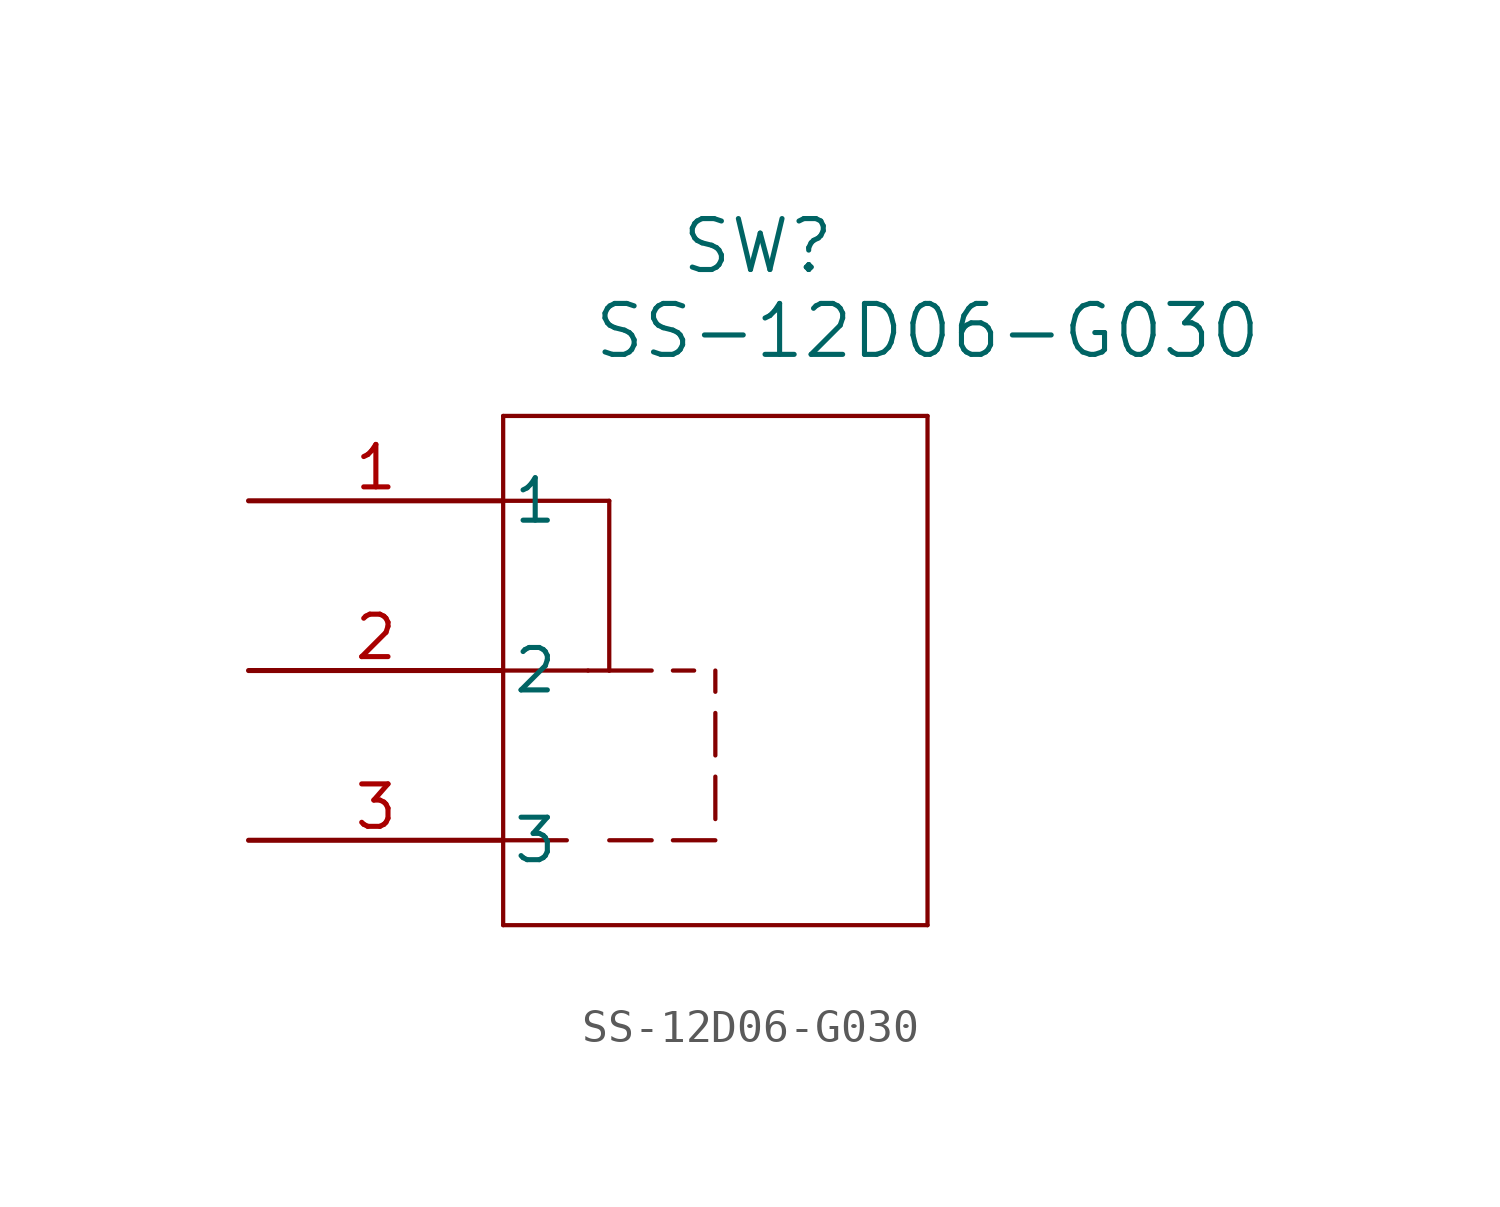
<source format=kicad_sym>
(kicad_symbol_lib
  (version 20211014)
  (generator kicad_symbol_editor)
  (symbol "SS-12D06-G030"
    (pin_names
      (offset 0.254))
    (property "Reference" "SW"
      (at 15.24 7.62 0)
      (effects (font (size 1.524 1.524))))
    (property "Value" "SS-12D06-G030"
      (at 20.32 5.08 0)
      (effects (font (size 1.524 1.524))))
    (symbol "SS-12D06-G030_0_1"
      (polyline (pts (xy 7.62 2.54) (xy 7.62 -12.7)) (stroke (width 0.127) (type default) (color 0 0 0 0)) (fill (type none)))
      (polyline (pts (xy 7.62 -12.7) (xy 20.32 -12.7)) (stroke (width 0.127) (type default) (color 0 0 0 0)) (fill (type none)))
      (polyline (pts (xy 20.32 -12.7) (xy 20.32 2.54)) (stroke (width 0.127) (type default) (color 0 0 0 0)) (fill (type none)))
      (polyline (pts (xy 20.32 2.54) (xy 7.62 2.54)) (stroke (width 0.127) (type default) (color 0 0 0 0)) (fill (type none)))
      (polyline (pts (xy 7.62 0) (xy 10.795 0)) (stroke (width 0.127) (type default) (color 0 0 0 0)) (fill (type none)))
      (polyline (pts (xy 7.62 -5.08) (xy 10.16 -5.08)) (stroke (width 0.127) (type default) (color 0 0 0 0)) (fill (type none)))
      (polyline (pts (xy 10.795 0) (xy 10.795 -5.08)) (stroke (width 0.127) (type default) (color 0 0 0 0)) (fill (type none)))
      (polyline (pts (xy 10.16 -5.08) (xy 10.795 -5.08)) (stroke (width 0.127) (type default) (color 0 0 0 0)) (fill (type none)))
      (polyline (pts (xy 7.62 -10.16) (xy 9.525 -10.16)) (stroke (width 0.127) (type default) (color 0 0 0 0)) (fill (type none)))
      (polyline (pts (xy 10.795 -10.16) (xy 12.065 -10.16)) (stroke (width 0.127) (type default) (color 0 0 0 0)) (fill (type none)))
      (polyline (pts (xy 12.7 -10.16) (xy 13.97 -10.16)) (stroke (width 0.127) (type default) (color 0 0 0 0)) (fill (type none)))
      (polyline (pts (xy 13.97 -5.08) (xy 13.97 -5.715)) (stroke (width 0.127) (type default) (color 0 0 0 0)) (fill (type none)))
      (polyline (pts (xy 13.97 -6.35) (xy 13.97 -7.62)) (stroke (width 0.127) (type default) (color 0 0 0 0)) (fill (type none)))
      (polyline (pts (xy 13.97 -8.255) (xy 13.97 -9.525)) (stroke (width 0.127) (type default) (color 0 0 0 0)) (fill (type none)))
      (polyline (pts (xy 10.795 -5.08) (xy 12.065 -5.08)) (stroke (width 0.127) (type default) (color 0 0 0 0)) (fill (type none)))
      (polyline (pts (xy 12.7 -5.08) (xy 13.335 -5.08)) (stroke (width 0.127) (type default) (color 0 0 0 0)) (fill (type none)))
      (pin unspecified line (at 0 0 0) (length 7.62) (name "1" (effects (font (size 1.27 1.27)))) (number "1" (effects (font (size 1.27 1.27)))))
      (pin unspecified line (at 0 -5.08 0) (length 7.62) (name "2" (effects (font (size 1.27 1.27)))) (number "2" (effects (font (size 1.27 1.27)))))
      (pin unspecified line (at 0 -10.16 0) (length 7.62) (name "3" (effects (font (size 1.27 1.27)))) (number "3" (effects (font (size 1.27 1.27))))))))
</source>
